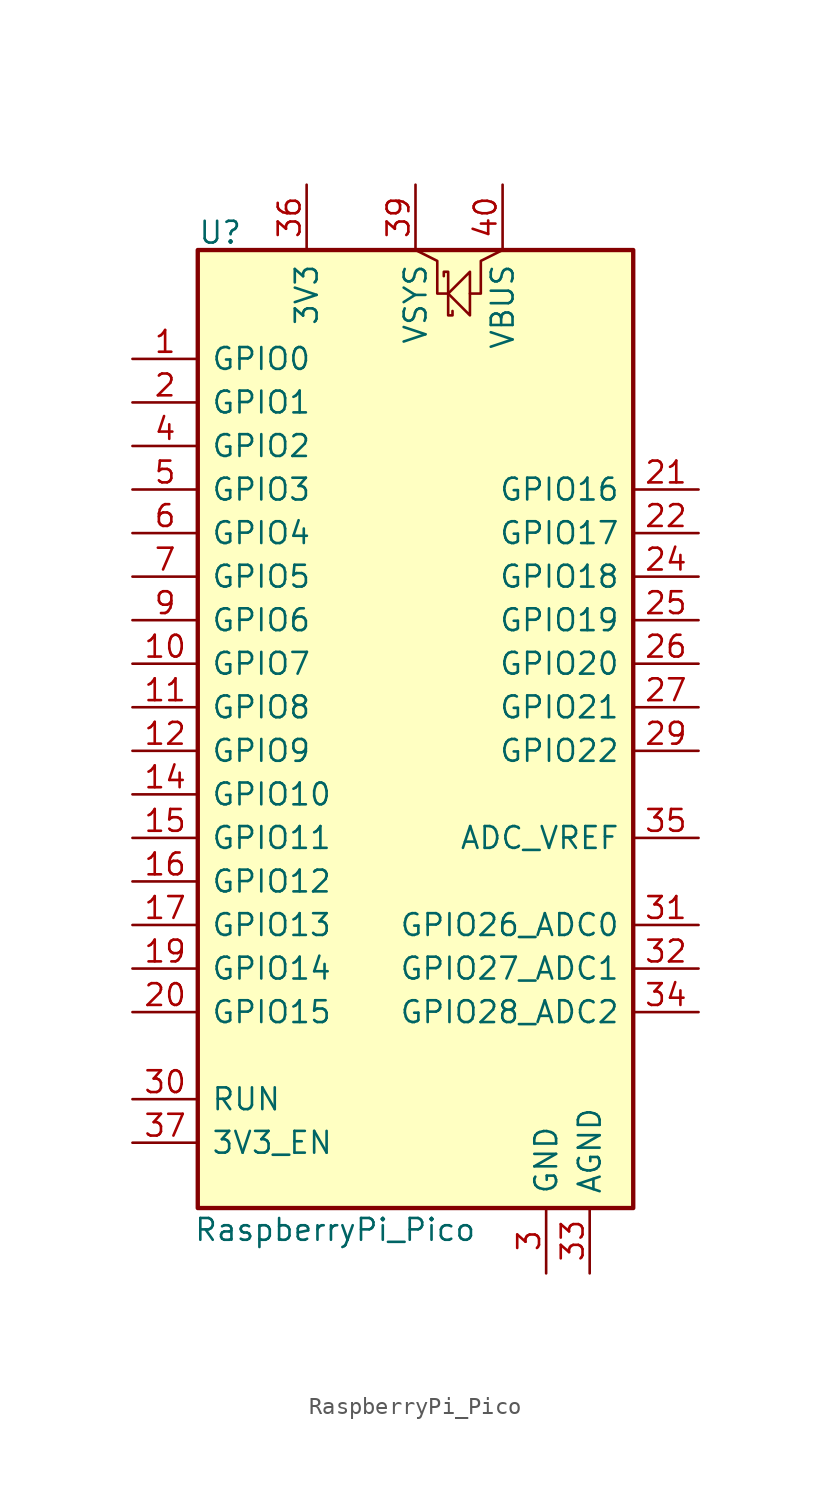
<source format=kicad_sym>
(kicad_symbol_lib
  (version 20241209)
  (generator "kicad_symbol_editor")
  (generator_version "9.0")
  (symbol "RaspberryPi_Pico"
    (pin_names
      (offset 0.762))
    (property "Reference" "U"
      (at -12.7 30.226 0)
      (effects (font (size 1.27 1.27)) (justify left)))
    (property "Value" "RaspberryPi_Pico"
      (at -12.954 -27.94 0)
      (effects (font (size 1.27 1.27)) (justify left)))
    (symbol "RaspberryPi_Pico_0_1"
      (rectangle (start -12.7 29.21) (end 12.7 -26.67) (stroke (width 0.254) (type default)) (fill (type background)))
      (polyline (pts (xy 0 29.21) (xy 1.27 28.575) (xy 1.27 26.67) (xy 1.905 26.67)) (stroke (width 0) (type default)) (fill (type none)))
      (polyline (pts (xy 1.651 27.686) (xy 1.651 27.94) (xy 1.905 27.94) (xy 1.905 25.4) (xy 2.159 25.4) (xy 2.159 25.654)) (stroke (width 0) (type default)) (fill (type none)))
      (polyline (pts (xy 1.905 26.67) (xy 3.175 27.94) (xy 3.175 25.4) (xy 1.905 26.67)) (stroke (width 0) (type default)) (fill (type none)))
      (polyline (pts (xy 5.08 29.21) (xy 3.81 28.575) (xy 3.81 26.67) (xy 3.175 26.67)) (stroke (width 0) (type default)) (fill (type none))))
    (symbol "RaspberryPi_Pico_1_1"
      (pin bidirectional line (at -16.51 22.86 0) (length 3.81) (name "GPIO0" (effects (font (size 1.27 1.27)))) (number "1" (effects (font (size 1.27 1.27)))) (alternate "I2C0_SDA" bidirectional line) (alternate "PWM0_A" output line) (alternate "SPI0_RX" input line) (alternate "UART0_TX" output line) (alternate "USB_OVCUR_DET" input line))
      (pin bidirectional line (at -16.51 20.32 0) (length 3.81) (name "GPIO1" (effects (font (size 1.27 1.27)))) (number "2" (effects (font (size 1.27 1.27)))) (alternate "I2C0_SCL" bidirectional clock) (alternate "PWM0_B" bidirectional line) (alternate "UART0_RX" input line) (alternate "USB_VBUS_DET" passive line) (alternate "~{SPI0_CSn}" bidirectional line))
      (pin bidirectional line (at -16.51 17.78 0) (length 3.81) (name "GPIO2" (effects (font (size 1.27 1.27)))) (number "4" (effects (font (size 1.27 1.27)))) (alternate "I2C1_SDA" bidirectional line) (alternate "PWM1_A" output line) (alternate "SPI0_SCK" bidirectional clock) (alternate "UART0_CTS" input line) (alternate "USB_VBUS_DET" input line))
      (pin bidirectional line (at -16.51 15.24 0) (length 3.81) (name "GPIO3" (effects (font (size 1.27 1.27)))) (number "5" (effects (font (size 1.27 1.27)))) (alternate "I2C1_SCL" bidirectional clock) (alternate "PWM1_B" bidirectional line) (alternate "SPI0_TX" output line) (alternate "UART0_RTS" output line) (alternate "USB_OVCUR_DET" input line))
      (pin bidirectional line (at -16.51 12.7 0) (length 3.81) (name "GPIO4" (effects (font (size 1.27 1.27)))) (number "6" (effects (font (size 1.27 1.27)))) (alternate "I2C0_SDA" bidirectional line) (alternate "PWM2_A" output line) (alternate "SPI0_RX" input line) (alternate "UART1_TX" output line) (alternate "USB_VBUS_DET" input line))
      (pin bidirectional line (at -16.51 10.16 0) (length 3.81) (name "GPIO5" (effects (font (size 1.27 1.27)))) (number "7" (effects (font (size 1.27 1.27)))) (alternate "I2C0_SCL" bidirectional clock) (alternate "PWM2_B" bidirectional line) (alternate "UART1_RX" input line) (alternate "USB_VBUS_EN" output line) (alternate "~{SPI0_CSn}" bidirectional line))
      (pin bidirectional line (at -16.51 7.62 0) (length 3.81) (name "GPIO6" (effects (font (size 1.27 1.27)))) (number "9" (effects (font (size 1.27 1.27)))) (alternate "I2C1_SDA" bidirectional line) (alternate "PWM3_A" output line) (alternate "SPI0_SCK" bidirectional clock) (alternate "UART1_CTS" input line) (alternate "USB_OVCUR_DET" input line))
      (pin bidirectional line (at -16.51 5.08 0) (length 3.81) (name "GPIO7" (effects (font (size 1.27 1.27)))) (number "10" (effects (font (size 1.27 1.27)))) (alternate "I2C1_SCL" bidirectional clock) (alternate "PWM3_B" bidirectional line) (alternate "SPI0_TX" output line) (alternate "UART1_RTS" output line) (alternate "USB_VBUS_DET" input line))
      (pin bidirectional line (at -16.51 2.54 0) (length 3.81) (name "GPIO8" (effects (font (size 1.27 1.27)))) (number "11" (effects (font (size 1.27 1.27)))) (alternate "I2C0_SDA" bidirectional line) (alternate "PWM4_A" output line) (alternate "SPI1_RX" input line) (alternate "UART1_TX" output line) (alternate "USB_VBUS_EN" output line))
      (pin bidirectional line (at -16.51 0 0) (length 3.81) (name "GPIO9" (effects (font (size 1.27 1.27)))) (number "12" (effects (font (size 1.27 1.27)))) (alternate "I2C0_SCL" bidirectional clock) (alternate "PWM4_B" bidirectional line) (alternate "UART1_RX" input line) (alternate "USB_OVCUR_DET" input line) (alternate "~{SPI1_CSn}" bidirectional line))
      (pin bidirectional line (at -16.51 -2.54 0) (length 3.81) (name "GPIO10" (effects (font (size 1.27 1.27)))) (number "14" (effects (font (size 1.27 1.27)))) (alternate "I2C1_SDA" bidirectional line) (alternate "PWM5_A" output line) (alternate "SPI1_SCK" bidirectional clock) (alternate "UART1_CTS" input line) (alternate "USB_VBUS_DET" input line))
      (pin bidirectional line (at -16.51 -5.08 0) (length 3.81) (name "GPIO11" (effects (font (size 1.27 1.27)))) (number "15" (effects (font (size 1.27 1.27)))) (alternate "I2C1_SCL" bidirectional clock) (alternate "PWM5_B" bidirectional line) (alternate "SPI1_TX" output line) (alternate "UART1_RTS" output line) (alternate "USB_VBUS_EN" output line))
      (pin bidirectional line (at -16.51 -7.62 0) (length 3.81) (name "GPIO12" (effects (font (size 1.27 1.27)))) (number "16" (effects (font (size 1.27 1.27)))) (alternate "I2C0_SDA" bidirectional line) (alternate "PWM6_A" output line) (alternate "SPI1_RX" input line) (alternate "UART0_TX" output line) (alternate "USB_OVCUR_DET" input line))
      (pin bidirectional line (at -16.51 -10.16 0) (length 3.81) (name "GPIO13" (effects (font (size 1.27 1.27)))) (number "17" (effects (font (size 1.27 1.27)))) (alternate "I2C0_SCL" bidirectional clock) (alternate "PWM6_B" bidirectional line) (alternate "UART0_RX" input line) (alternate "USB_VBUS_DET" input line) (alternate "~{SPI1_CSn}" bidirectional line))
      (pin bidirectional line (at -16.51 -12.7 0) (length 3.81) (name "GPIO14" (effects (font (size 1.27 1.27)))) (number "19" (effects (font (size 1.27 1.27)))) (alternate "I2C1_SDA" bidirectional line) (alternate "PWM7_A" output line) (alternate "SPI1_SCK" bidirectional clock) (alternate "UART0_CTS" input line) (alternate "USB_VBUS_EN" output line))
      (pin bidirectional line (at -16.51 -15.24 0) (length 3.81) (name "GPIO15" (effects (font (size 1.27 1.27)))) (number "20" (effects (font (size 1.27 1.27)))) (alternate "I2C1_SCL" bidirectional clock) (alternate "PWM7_B" bidirectional line) (alternate "SPI1_TX" output line) (alternate "UART0_RTS" output line) (alternate "USB_OVCUR_DET" input line))
      (pin input line (at -16.51 -20.32 0) (length 3.81) (name "RUN" (effects (font (size 1.27 1.27)))) (number "30" (effects (font (size 1.27 1.27)))) (alternate "~{RESET}" input line))
      (pin input line (at -16.51 -22.86 0) (length 3.81) (name "3V3_EN" (effects (font (size 1.27 1.27)))) (number "37" (effects (font (size 1.27 1.27)))) (alternate "~{3V3_DISABLE}" input line))
      (pin power_out line (at -6.35 33.02 270) (length 3.81) (name "3V3" (effects (font (size 1.27 1.27)))) (number "36" (effects (font (size 1.27 1.27)))))
      (pin power_in line (at 0 33.02 270) (length 3.81) (name "VSYS" (effects (font (size 1.27 1.27)))) (number "39" (effects (font (size 1.27 1.27)))) (alternate "VSYS_IN" power_in line) (alternate "VSYS_OUT" power_out line))
      (pin power_out line (at 5.08 33.02 270) (length 3.81) (name "VBUS" (effects (font (size 1.27 1.27)))) (number "40" (effects (font (size 1.27 1.27)))) (alternate "VBUS_HOST" power_in line))
      (pin passive line (at 7.62 -30.48 90) (length 3.81) (hide yes) (name "GND" (effects (font (size 1.27 1.27)))) (number "13" (effects (font (size 1.27 1.27)))))
      (pin passive line (at 7.62 -30.48 90) (length 3.81) (hide yes) (name "GND" (effects (font (size 1.27 1.27)))) (number "18" (effects (font (size 1.27 1.27)))))
      (pin passive line (at 7.62 -30.48 90) (length 3.81) (hide yes) (name "GND" (effects (font (size 1.27 1.27)))) (number "23" (effects (font (size 1.27 1.27)))))
      (pin passive line (at 7.62 -30.48 90) (length 3.81) (hide yes) (name "GND" (effects (font (size 1.27 1.27)))) (number "28" (effects (font (size 1.27 1.27)))))
      (pin power_in line (at 7.62 -30.48 90) (length 3.81) (name "GND" (effects (font (size 1.27 1.27)))) (number "3" (effects (font (size 1.27 1.27)))) (alternate "GND_IN" power_in line))
      (pin passive line (at 7.62 -30.48 90) (length 3.81) (hide yes) (name "GND" (effects (font (size 1.27 1.27)))) (number "38" (effects (font (size 1.27 1.27)))))
      (pin passive line (at 7.62 -30.48 90) (length 3.81) (hide yes) (name "GND" (effects (font (size 1.27 1.27)))) (number "8" (effects (font (size 1.27 1.27)))))
      (pin power_in line (at 10.16 -30.48 90) (length 3.81) (name "AGND" (effects (font (size 1.27 1.27)))) (number "33" (effects (font (size 1.27 1.27)))) (alternate "GND" passive line))
      (pin bidirectional line (at 16.51 15.24 180) (length 3.81) (name "GPIO16" (effects (font (size 1.27 1.27)))) (number "21" (effects (font (size 1.27 1.27)))) (alternate "I2C0_SDA" bidirectional line) (alternate "PWM0_A" output line) (alternate "SPI0_RX" input line) (alternate "UART0_TX" output line) (alternate "USB_VBUS_DET" input line))
      (pin bidirectional line (at 16.51 12.7 180) (length 3.81) (name "GPIO17" (effects (font (size 1.27 1.27)))) (number "22" (effects (font (size 1.27 1.27)))) (alternate "I2C0_SCL" bidirectional clock) (alternate "PWM0_B" bidirectional line) (alternate "UART0_RX" input line) (alternate "USB_VBUS_EN" output line) (alternate "~{SPI0_CSn}" bidirectional line))
      (pin bidirectional line (at 16.51 10.16 180) (length 3.81) (name "GPIO18" (effects (font (size 1.27 1.27)))) (number "24" (effects (font (size 1.27 1.27)))) (alternate "I2C1_SDA" bidirectional line) (alternate "PWM1_A" output line) (alternate "SPI0_SCK" bidirectional clock) (alternate "UART0_CTS" input line) (alternate "USB_OVCUR_DET" input line))
      (pin bidirectional line (at 16.51 7.62 180) (length 3.81) (name "GPIO19" (effects (font (size 1.27 1.27)))) (number "25" (effects (font (size 1.27 1.27)))) (alternate "I2C1_SCL" bidirectional clock) (alternate "PWM1_B" bidirectional line) (alternate "SPI0_TX" output line) (alternate "UART0_RTS" output line) (alternate "USB_VBUS_DET" input line))
      (pin bidirectional line (at 16.51 5.08 180) (length 3.81) (name "GPIO20" (effects (font (size 1.27 1.27)))) (number "26" (effects (font (size 1.27 1.27)))) (alternate "CLOCK_GPIN0" input clock) (alternate "I2C0_SDA" bidirectional line) (alternate "PWM2_A" output line) (alternate "SPI0_RX" input line) (alternate "UART1_TX" output line) (alternate "USB_VBUS_EN" output line))
      (pin bidirectional line (at 16.51 2.54 180) (length 3.81) (name "GPIO21" (effects (font (size 1.27 1.27)))) (number "27" (effects (font (size 1.27 1.27)))) (alternate "CLOCK_GPOUT0" output clock) (alternate "I2C0_SCL" bidirectional clock) (alternate "PWM2_B" bidirectional line) (alternate "UART1_RX" input line) (alternate "USB_OVCUR_DET" input line) (alternate "~{SPI0_CSn}" bidirectional line))
      (pin bidirectional line (at 16.51 0 180) (length 3.81) (name "GPIO22" (effects (font (size 1.27 1.27)))) (number "29" (effects (font (size 1.27 1.27)))) (alternate "CLOCK_GPIN1" input clock) (alternate "I2C1_SDA" bidirectional line) (alternate "PWM3_A" output line) (alternate "SPI0_SCK" bidirectional clock) (alternate "UART1_CTS" input line) (alternate "USB_VBUS_DET" input line))
      (pin power_in line (at 16.51 -5.08 180) (length 3.81) (name "ADC_VREF" (effects (font (size 1.27 1.27)))) (number "35" (effects (font (size 1.27 1.27)))))
      (pin bidirectional line (at 16.51 -10.16 180) (length 3.81) (name "GPIO26_ADC0" (effects (font (size 1.27 1.27)))) (number "31" (effects (font (size 1.27 1.27)))) (alternate "ADC0" input line) (alternate "GPIO26" bidirectional line) (alternate "I2C1_SDA" bidirectional line) (alternate "PWM5_A" output line) (alternate "SPI1_SCK" bidirectional clock) (alternate "UART1_CTS" input line) (alternate "USB_VBUS_EN" output line))
      (pin bidirectional line (at 16.51 -12.7 180) (length 3.81) (name "GPIO27_ADC1" (effects (font (size 1.27 1.27)))) (number "32" (effects (font (size 1.27 1.27)))) (alternate "ADC1" input line) (alternate "GPIO27" bidirectional line) (alternate "I2C1_SCL" bidirectional clock) (alternate "PWM5_B" bidirectional line) (alternate "SPI1_TX" output line) (alternate "UART1_RTS" output line) (alternate "USB_OVCUR_DET" input line))
      (pin bidirectional line (at 16.51 -15.24 180) (length 3.81) (name "GPIO28_ADC2" (effects (font (size 1.27 1.27)))) (number "34" (effects (font (size 1.27 1.27)))) (alternate "ADC2" input line) (alternate "GPIO28" bidirectional line) (alternate "I2C0_SDA" bidirectional line) (alternate "PWM6_A" output line) (alternate "SPI1_RX" input line) (alternate "UART0_TX" output line) (alternate "USB_VBUS_DET" input line)))))
</source>
